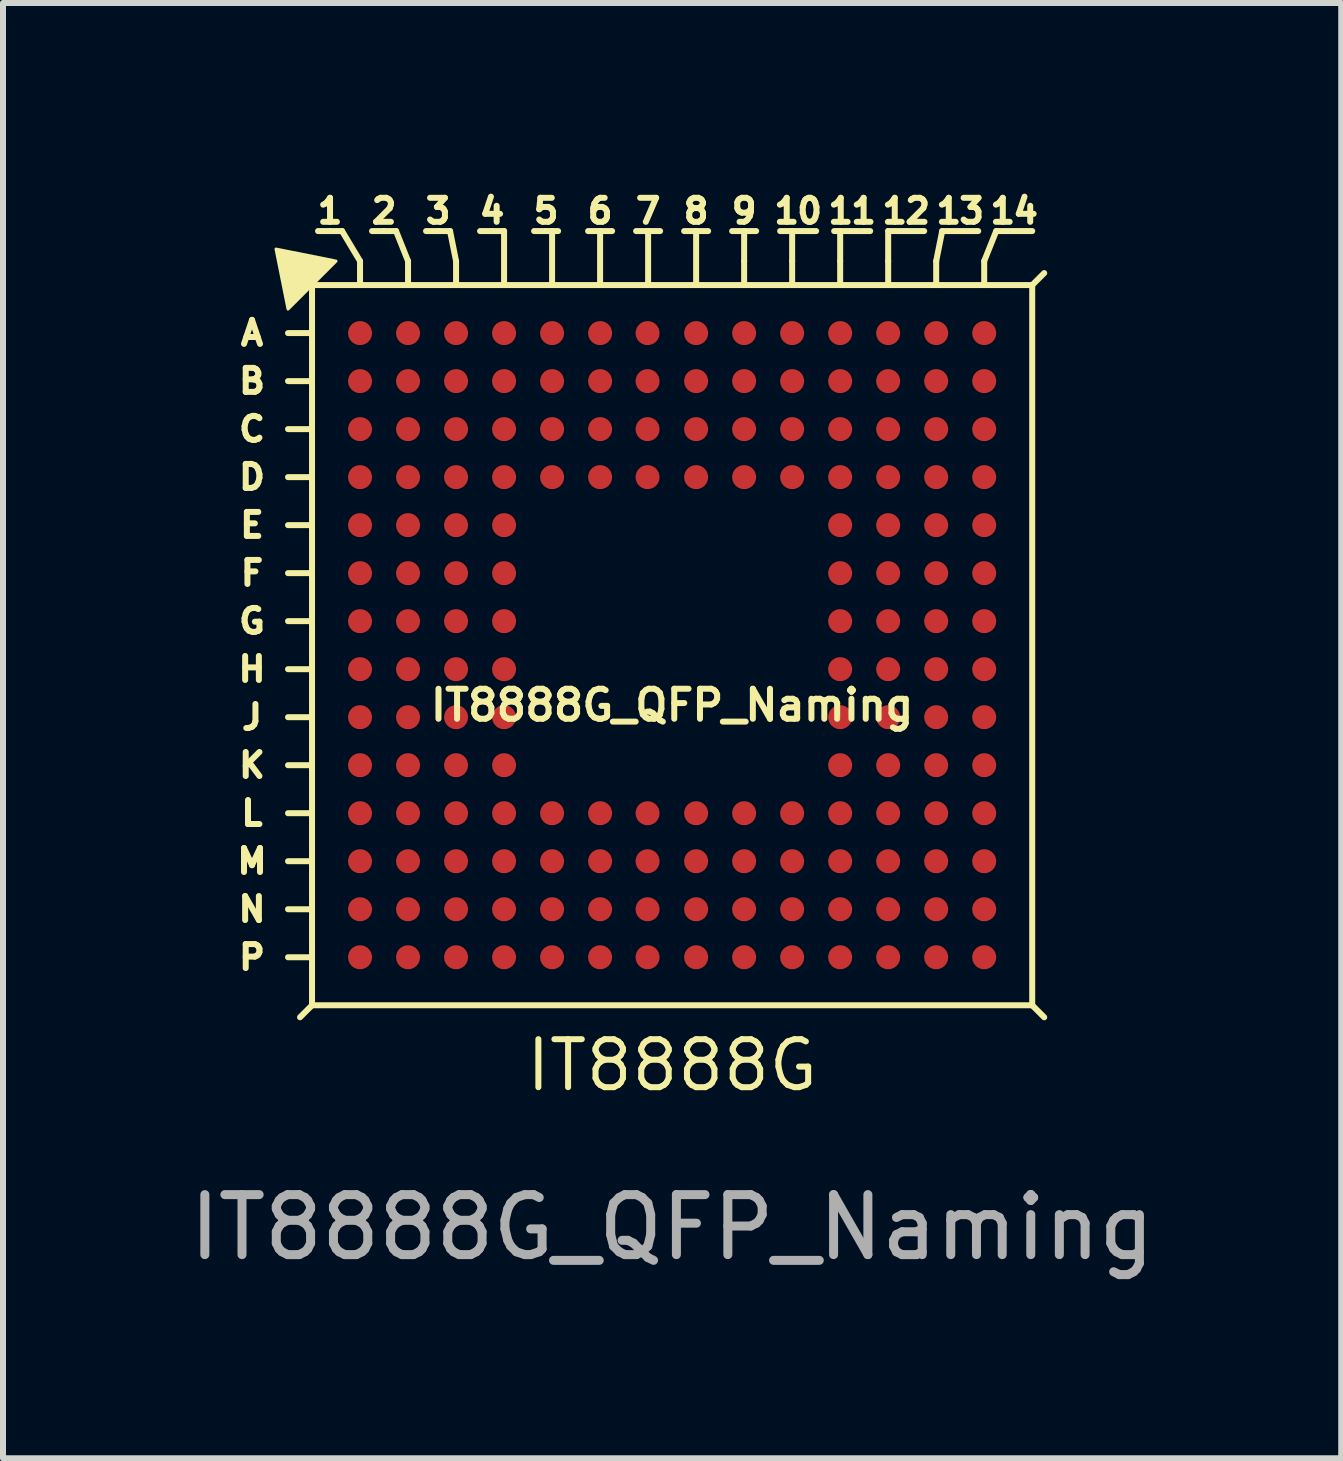
<source format=kicad_pcb>
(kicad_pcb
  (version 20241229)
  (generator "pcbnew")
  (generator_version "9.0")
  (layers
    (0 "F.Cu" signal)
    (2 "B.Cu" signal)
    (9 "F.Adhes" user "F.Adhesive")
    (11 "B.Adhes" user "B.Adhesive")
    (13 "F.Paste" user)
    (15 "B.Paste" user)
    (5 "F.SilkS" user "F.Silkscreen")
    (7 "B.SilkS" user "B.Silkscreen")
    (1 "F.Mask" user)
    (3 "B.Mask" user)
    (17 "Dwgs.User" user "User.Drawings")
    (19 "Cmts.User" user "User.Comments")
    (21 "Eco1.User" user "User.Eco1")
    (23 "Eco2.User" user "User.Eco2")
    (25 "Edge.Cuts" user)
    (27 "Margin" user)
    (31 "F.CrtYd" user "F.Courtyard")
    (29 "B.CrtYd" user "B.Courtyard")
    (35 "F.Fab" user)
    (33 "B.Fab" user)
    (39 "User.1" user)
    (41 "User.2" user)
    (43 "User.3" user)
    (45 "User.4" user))
  (footprint "IT8888G_QFP_Naming"
    (layer "F.Cu")
    (at 8.149 7.7)
    (property "Reference" "IT8888G_QFP_Naming" (at 0 1 0) (unlocked yes) (layer "F.SilkS") (effects (font (size 0.5 0.5) (thickness 0.1))))
    (attr smd)
    (fp_line (start -6.4 -5.2) (end -6 -5.2) (stroke (width 0.1) (type default)) (layer "F.SilkS"))
    (fp_line (start -6.4 -4.4) (end -6 -4.4) (stroke (width 0.1) (type default)) (layer "F.SilkS"))
    (fp_line (start -6.4 -3.6) (end -6 -3.6) (stroke (width 0.1) (type default)) (layer "F.SilkS"))
    (fp_line (start -6.4 -2.8) (end -6 -2.8) (stroke (width 0.1) (type default)) (layer "F.SilkS"))
    (fp_line (start -6.4 -2) (end -6 -2) (stroke (width 0.1) (type default)) (layer "F.SilkS"))
    (fp_line (start -6.4 -1.2) (end -6 -1.2) (stroke (width 0.1) (type default)) (layer "F.SilkS"))
    (fp_line (start -6.4 -0.4) (end -6 -0.4) (stroke (width 0.1) (type default)) (layer "F.SilkS"))
    (fp_line (start -6.4 0.4) (end -6 0.4) (stroke (width 0.1) (type default)) (layer "F.SilkS"))
    (fp_line (start -6.4 1.2) (end -6 1.2) (stroke (width 0.1) (type default)) (layer "F.SilkS"))
    (fp_line (start -6.4 2) (end -6 2) (stroke (width 0.1) (type default)) (layer "F.SilkS"))
    (fp_line (start -6.4 2.8) (end -6 2.8) (stroke (width 0.1) (type default)) (layer "F.SilkS"))
    (fp_line (start -6.4 3.6) (end -6 3.6) (stroke (width 0.1) (type default)) (layer "F.SilkS"))
    (fp_line (start -6.4 4.4) (end -6 4.4) (stroke (width 0.1) (type default)) (layer "F.SilkS"))
    (fp_line (start -6.4 5.2) (end -6 5.2) (stroke (width 0.1) (type default)) (layer "F.SilkS"))
    (fp_line (start -6 -6) (end -6 6) (stroke (width 0.1) (type default)) (layer "F.SilkS"))
    (fp_line (start -6 -6) (end 6 -6) (stroke (width 0.1) (type default)) (layer "F.SilkS"))
    (fp_line (start -6 6) (end -6.2 6.2) (stroke (width 0.1) (type default)) (layer "F.SilkS"))
    (fp_line (start -5.7 -6.9) (end -5.9 -6.9) (stroke (width 0.1) (type default)) (layer "F.SilkS"))
    (fp_line (start -5.7 -6.9) (end -5.5 -6.9) (stroke (width 0.1) (type default)) (layer "F.SilkS"))
    (fp_line (start -5.5 -6.9) (end -5.2 -6.4) (stroke (width 0.1) (type default)) (layer "F.SilkS"))
    (fp_line (start -5.2 -6.4) (end -5.2 -6) (stroke (width 0.1) (type default)) (layer "F.SilkS"))
    (fp_line (start -4.8 -6.9) (end -5 -6.9) (stroke (width 0.1) (type default)) (layer "F.SilkS"))
    (fp_line (start -4.8 -6.9) (end -4.6 -6.9) (stroke (width 0.1) (type default)) (layer "F.SilkS"))
    (fp_line (start -4.6 -6.9) (end -4.4 -6.4) (stroke (width 0.1) (type default)) (layer "F.SilkS"))
    (fp_line (start -4.4 -6.4) (end -4.4 -6) (stroke (width 0.1) (type default)) (layer "F.SilkS"))
    (fp_line (start -3.9 -6.9) (end -4.1 -6.9) (stroke (width 0.1) (type default)) (layer "F.SilkS"))
    (fp_line (start -3.9 -6.9) (end -3.7 -6.9) (stroke (width 0.1) (type default)) (layer "F.SilkS"))
    (fp_line (start -3.7 -6.9) (end -3.6 -6.4) (stroke (width 0.1) (type default)) (layer "F.SilkS"))
    (fp_line (start -3.6 -6.4) (end -3.6 -6) (stroke (width 0.1) (type default)) (layer "F.SilkS"))
    (fp_line (start -3 -6.9) (end -3.2 -6.9) (stroke (width 0.1) (type default)) (layer "F.SilkS"))
    (fp_line (start -3 -6.9) (end -2.8 -6.9) (stroke (width 0.1) (type default)) (layer "F.SilkS"))
    (fp_line (start -2.8 -6.9) (end -2.8 -6) (stroke (width 0.1) (type default)) (layer "F.SilkS"))
    (fp_line (start -2.1 -6.9) (end -2.3 -6.9) (stroke (width 0.1) (type default)) (layer "F.SilkS"))
    (fp_line (start -2.1 -6.9) (end -1.9 -6.9) (stroke (width 0.1) (type default)) (layer "F.SilkS"))
    (fp_line (start -2 -6.9) (end -2 -6) (stroke (width 0.1) (type default)) (layer "F.SilkS"))
    (fp_line (start -1.2 -6.9) (end -1.4 -6.9) (stroke (width 0.1) (type default)) (layer "F.SilkS"))
    (fp_line (start -1.2 -6.9) (end -1.2 -6) (stroke (width 0.1) (type default)) (layer "F.SilkS"))
    (fp_line (start -1.2 -6.9) (end -1 -6.9) (stroke (width 0.1) (type default)) (layer "F.SilkS"))
    (fp_line (start -0.4 -6.9) (end -0.6 -6.9) (stroke (width 0.1) (type default)) (layer "F.SilkS"))
    (fp_line (start -0.4 -6.9) (end -0.4 -6) (stroke (width 0.1) (type default)) (layer "F.SilkS"))
    (fp_line (start -0.4 -6.9) (end -0.2 -6.9) (stroke (width 0.1) (type default)) (layer "F.SilkS"))
    (fp_line (start 0.4 -6.9) (end 0.2 -6.9) (stroke (width 0.1) (type default)) (layer "F.SilkS"))
    (fp_line (start 0.4 -6.9) (end 0.4 -6) (stroke (width 0.1) (type default)) (layer "F.SilkS"))
    (fp_line (start 0.4 -6.9) (end 0.6 -6.9) (stroke (width 0.1) (type default)) (layer "F.SilkS"))
    (fp_line (start 1.2 -6.9) (end 1 -6.9) (stroke (width 0.1) (type default)) (layer "F.SilkS"))
    (fp_line (start 1.2 -6.9) (end 1.4 -6.9) (stroke (width 0.1) (type default)) (layer "F.SilkS"))
    (fp_line (start 1.2 -6.4) (end 1.2 -6.9) (stroke (width 0.1) (type default)) (layer "F.SilkS"))
    (fp_line (start 1.2 -6.4) (end 1.2 -6) (stroke (width 0.1) (type default)) (layer "F.SilkS"))
    (fp_line (start 2 -6.4) (end 2 -6.9) (stroke (width 0.1) (type default)) (layer "F.SilkS"))
    (fp_line (start 2 -6.4) (end 2 -6) (stroke (width 0.1) (type default)) (layer "F.SilkS"))
    (fp_line (start 2.4 -6.9) (end 1.8 -6.9) (stroke (width 0.1) (type default)) (layer "F.SilkS"))
    (fp_line (start 2.7 -6.9) (end 3.3 -6.9) (stroke (width 0.1) (type default)) (layer "F.SilkS"))
    (fp_line (start 2.8 -6.4) (end 2.8 -6.9) (stroke (width 0.1) (type default)) (layer "F.SilkS"))
    (fp_line (start 2.8 -6.4) (end 2.8 -6) (stroke (width 0.1) (type default)) (layer "F.SilkS"))
    (fp_line (start 3.6 -6.4) (end 3.6 -6.9) (stroke (width 0.1) (type default)) (layer "F.SilkS"))
    (fp_line (start 3.6 -6.4) (end 3.6 -6) (stroke (width 0.1) (type default)) (layer "F.SilkS"))
    (fp_line (start 4.2 -6.9) (end 3.6 -6.9) (stroke (width 0.1) (type default)) (layer "F.SilkS"))
    (fp_line (start 4.4 -6.4) (end 4.4 -6) (stroke (width 0.1) (type default)) (layer "F.SilkS"))
    (fp_line (start 4.4 -6.4) (end 4.5 -6.9) (stroke (width 0.1) (type default)) (layer "F.SilkS"))
    (fp_line (start 4.5 -6.9) (end 5.1 -6.9) (stroke (width 0.1) (type default)) (layer "F.SilkS"))
    (fp_line (start 5.2 -6.4) (end 5.2 -6) (stroke (width 0.1) (type default)) (layer "F.SilkS"))
    (fp_line (start 5.2 -6.4) (end 5.4 -6.9) (stroke (width 0.1) (type default)) (layer "F.SilkS"))
    (fp_line (start 5.4 -6.9) (end 6 -6.9) (stroke (width 0.1) (type default)) (layer "F.SilkS"))
    (fp_line (start 6 -6) (end 6 6) (stroke (width 0.1) (type default)) (layer "F.SilkS"))
    (fp_line (start 6 -6) (end 6.2 -6.2) (stroke (width 0.1) (type default)) (layer "F.SilkS"))
    (fp_line (start 6 6) (end -6 6) (stroke (width 0.1) (type default)) (layer "F.SilkS"))
    (fp_line (start 6 6) (end 6.2 6.2) (stroke (width 0.1) (type default)) (layer "F.SilkS"))
    (fp_poly (pts (xy -6.4 -5.6) (xy -5.6 -6.4) (xy -6.6 -6.6)) (stroke (width 0.05) (type solid)) (fill yes) (layer "F.SilkS"))
    (fp_text user "IT8888G" (at 0 7 0) (unlocked yes) (layer "F.SilkS") (effects (font (size 0.8 0.8) (thickness 0.1))))
    (fp_text user "N" (at -7 4.4 0) (unlocked yes) (layer "F.SilkS") (effects (font (size 0.4 0.4) (thickness 0.1))))
    (fp_text user "10" (at 2.1 -7 0) (unlocked yes) (layer "F.SilkS") (effects (font (size 0.4 0.4) (thickness 0.1) (bold yes)) (justify bottom)))
    (fp_text user "M" (at -7 3.6 0) (unlocked yes) (layer "F.SilkS") (effects (font (size 0.4 0.4) (thickness 0.1))))
    (fp_text user "12" (at 3.9 -7 0) (unlocked yes) (layer "F.SilkS") (effects (font (size 0.4 0.4) (thickness 0.1) (bold yes)) (justify bottom)))
    (fp_text user "11" (at 3 -7 0) (unlocked yes) (layer "F.SilkS") (effects (font (size 0.4 0.4) (thickness 0.1) (bold yes)) (justify bottom)))
    (fp_text user "L" (at -7 2.8 0) (unlocked yes) (layer "F.SilkS") (effects (font (size 0.4 0.4) (thickness 0.1))))
    (fp_text user "G" (at -7 -0.4 0) (unlocked yes) (layer "F.SilkS") (effects (font (size 0.4 0.4) (thickness 0.1))))
    (fp_text user "7" (at -0.4 -7 0) (unlocked yes) (layer "F.SilkS") (effects (font (size 0.4 0.4) (thickness 0.1)) (justify bottom)))
    (fp_text user "C" (at -7 -3.6 0) (unlocked yes) (layer "F.SilkS") (effects (font (size 0.4 0.4) (thickness 0.1))))
    (fp_text user "J" (at -7 1.2 0) (unlocked yes) (layer "F.SilkS") (effects (font (size 0.4 0.4) (thickness 0.1))))
    (fp_text user "4" (at -3 -7 0) (unlocked yes) (layer "F.SilkS") (effects (font (size 0.4 0.4) (thickness 0.1)) (justify bottom)))
    (fp_text user "A" (at -7 -5.2 0) (unlocked yes) (layer "F.SilkS") (effects (font (size 0.4 0.4) (thickness 0.1))))
    (fp_text user "F" (at -7 -1.2 0) (unlocked yes) (layer "F.SilkS") (effects (font (size 0.4 0.4) (thickness 0.1))))
    (fp_text user "H" (at -7 0.4 0) (unlocked yes) (layer "F.SilkS") (effects (font (size 0.4 0.4) (thickness 0.1))))
    (fp_text user "P" (at -7 5.2 0) (unlocked yes) (layer "F.SilkS") (effects (font (size 0.4 0.4) (thickness 0.1))))
    (fp_text user "6" (at -1.2 -7 0) (unlocked yes) (layer "F.SilkS") (effects (font (size 0.4 0.4) (thickness 0.1)) (justify bottom)))
    (fp_text user "9" (at 1.2 -7 0) (unlocked yes) (layer "F.SilkS") (effects (font (size 0.4 0.4) (thickness 0.1)) (justify bottom)))
    (fp_text user "3" (at -3.9 -7 0) (unlocked yes) (layer "F.SilkS") (effects (font (size 0.4 0.4) (thickness 0.1)) (justify bottom)))
    (fp_text user "8" (at 0.4 -7 0) (unlocked yes) (layer "F.SilkS") (effects (font (size 0.4 0.4) (thickness 0.1)) (justify bottom)))
    (fp_text user "K" (at -7 2 0) (unlocked yes) (layer "F.SilkS") (effects (font (size 0.4 0.4) (thickness 0.1))))
    (fp_text user "1" (at -5.7 -7 0) (unlocked yes) (layer "F.SilkS") (effects (font (size 0.4 0.4) (thickness 0.1)) (justify bottom)))
    (fp_text user "13" (at 4.8 -7 0) (unlocked yes) (layer "F.SilkS") (effects (font (size 0.4 0.4) (thickness 0.1) (bold yes)) (justify bottom)))
    (fp_text user "D" (at -7 -2.8 0) (unlocked yes) (layer "F.SilkS") (effects (font (size 0.4 0.4) (thickness 0.1))))
    (fp_text user "5" (at -2.1 -7 0) (unlocked yes) (layer "F.SilkS") (effects (font (size 0.4 0.4) (thickness 0.1)) (justify bottom)))
    (fp_text user "14" (at 5.7 -7 0) (unlocked yes) (layer "F.SilkS") (effects (font (size 0.4 0.4) (thickness 0.1) (bold yes)) (justify bottom)))
    (fp_text user "2" (at -4.8 -7 0) (unlocked yes) (layer "F.SilkS") (effects (font (size 0.4 0.4) (thickness 0.1)) (justify bottom)))
    (fp_text user "B" (at -7 -4.4 0) (unlocked yes) (layer "F.SilkS") (effects (font (size 0.4 0.4) (thickness 0.1))))
    (fp_text user "E" (at -7 -2 0) (unlocked yes) (layer "F.SilkS") (effects (font (size 0.4 0.4) (thickness 0.1))))
    (fp_text user "${REFERENCE}" (at 0 9.7 0) (unlocked yes) (layer "F.Fab") (effects (font (size 1 1) (thickness 0.15))))
    (pad "1" smd circle (at -0.409 -2.8) (size 0.4 0.4) (layers "F.Cu" "F.Mask" "F.Paste"))
    (pad "2" smd circle (at -4.4 -4.4) (size 0.4 0.4) (layers "F.Cu" "F.Mask" "F.Paste"))
    (pad "3" smd circle (at -4.4 -3.6) (size 0.4 0.4) (layers "F.Cu" "F.Mask" "F.Paste"))
    (pad "4" smd circle (at -5.2 -4.4) (size 0.4 0.4) (layers "F.Cu" "F.Mask" "F.Paste"))
    (pad "5" smd circle (at -2.8 -2) (size 0.4 0.4) (layers "F.Cu" "F.Mask" "F.Paste"))
    (pad "6" smd circle (at -3.6 -2.8) (size 0.4 0.4) (layers "F.Cu" "F.Mask" "F.Paste"))
    (pad "7" smd circle (at -4.4 -2.8) (size 0.4 0.4) (layers "F.Cu" "F.Mask" "F.Paste"))
    (pad "8" smd circle (at -5.2 -3.6) (size 0.4 0.4) (layers "F.Cu" "F.Mask" "F.Paste"))
    (pad "9" smd circle (at -5.2 -2.8) (size 0.4 0.4) (layers "F.Cu" "F.Mask" "F.Paste"))
    (pad "10" smd circle (at -3.6 -2) (size 0.4 0.4) (layers "F.Cu" "F.Mask" "F.Paste"))
    (pad "11" smd circle (at -4.4 -2) (size 0.4 0.4) (layers "F.Cu" "F.Mask" "F.Paste"))
    (pad "12" smd circle (at -5.2 -2) (size 0.4 0.4) (layers "F.Cu" "F.Mask" "F.Paste"))
    (pad "13" smd circle (at -3.6 -1.2) (size 0.4 0.4) (layers "F.Cu" "F.Mask" "F.Paste"))
    (pad "14" smd circle (at -4.4 -1.2) (size 0.4 0.4) (layers "F.Cu" "F.Mask" "F.Paste"))
    (pad "15" smd circle (at -5.2 -1.2) (size 0.4 0.4) (layers "F.Cu" "F.Mask" "F.Paste"))
    (pad "16" smd circle (at -3.6 -0.4) (size 0.4 0.4) (layers "F.Cu" "F.Mask" "F.Paste"))
    (pad "17" smd circle (at -4.4 -0.4) (size 0.4 0.4) (layers "F.Cu" "F.Mask" "F.Paste"))
    (pad "18" smd circle (at -2 -2.8) (size 0.4 0.4) (layers "F.Cu" "F.Mask" "F.Paste"))
    (pad "19" smd circle (at -5.2 -0.4) (size 0.4 0.4) (layers "F.Cu" "F.Mask" "F.Paste"))
    (pad "20" smd circle (at -5.2 0.4) (size 0.4 0.4) (layers "F.Cu" "F.Mask" "F.Paste"))
    (pad "21" smd circle (at -4.4 0.4) (size 0.4 0.4) (layers "F.Cu" "F.Mask" "F.Paste"))
    (pad "22" smd circle (at 0.4 -2.8) (size 0.4 0.4) (layers "F.Cu" "F.Mask" "F.Paste"))
    (pad "23" smd circle (at -3.6 0.4) (size 0.4 0.4) (layers "F.Cu" "F.Mask" "F.Paste"))
    (pad "24" smd circle (at -5.2 1.2) (size 0.4 0.4) (layers "F.Cu" "F.Mask" "F.Paste"))
    (pad "25" smd circle (at -4.4 1.2) (size 0.4 0.4) (layers "F.Cu" "F.Mask" "F.Paste"))
    (pad "26" smd circle (at -3.6 1.2) (size 0.4 0.4) (layers "F.Cu" "F.Mask" "F.Paste"))
    (pad "27" smd circle (at -5.2 2) (size 0.4 0.4) (layers "F.Cu" "F.Mask" "F.Paste"))
    (pad "28" smd circle (at -2.8 -2.8) (size 0.4 0.4) (layers "F.Cu" "F.Mask" "F.Paste"))
    (pad "29" smd circle (at -4.4 2) (size 0.4 0.4) (layers "F.Cu" "F.Mask" "F.Paste"))
    (pad "30" smd circle (at -3.6 2) (size 0.4 0.4) (layers "F.Cu" "F.Mask" "F.Paste"))
    (pad "31" smd circle (at -5.2 2.8) (size 0.4 0.4) (layers "F.Cu" "F.Mask" "F.Paste"))
    (pad "32" smd circle (at -5.2 3.6) (size 0.4 0.4) (layers "F.Cu" "F.Mask" "F.Paste"))
    (pad "33" smd circle (at -4.4 2.8) (size 0.4 0.4) (layers "F.Cu" "F.Mask" "F.Paste"))
    (pad "34" smd circle (at -2.8 2) (size 0.4 0.4) (layers "F.Cu" "F.Mask" "F.Paste"))
    (pad "35" smd circle (at -5.2 4.4) (size 0.4 0.4) (layers "F.Cu" "F.Mask" "F.Paste"))
    (pad "36" smd circle (at -4.4 3.6) (size 0.4 0.4) (layers "F.Cu" "F.Mask" "F.Paste"))
    (pad "37" smd circle (at -3.6 2.8) (size 0.4 0.4) (layers "F.Cu" "F.Mask" "F.Paste"))
    (pad "38" smd circle (at -2.8 2.8) (size 0.4 0.4) (layers "F.Cu" "F.Mask" "F.Paste"))
    (pad "39" smd circle (at -3.6 3.6) (size 0.4 0.4) (layers "F.Cu" "F.Mask" "F.Paste"))
    (pad "40" smd circle (at -1.2 -2.8) (size 0.4 0.4) (layers "F.Cu" "F.Mask" "F.Paste"))
    (pad "41" smd circle (at 1.2 -2.8) (size 0.4 0.4) (layers "F.Cu" "F.Mask" "F.Paste"))
    (pad "42" smd circle (at -4.4 4.4) (size 0.4 0.4) (layers "F.Cu" "F.Mask" "F.Paste"))
    (pad "43" smd circle (at -4.4 5.2) (size 0.4 0.4) (layers "F.Cu" "F.Mask" "F.Paste"))
    (pad "44" smd circle (at -5.2 5.2) (size 0.4 0.4) (layers "F.Cu" "F.Mask" "F.Paste"))
    (pad "45" smd circle (at -2.8 3.6) (size 0.4 0.4) (layers "F.Cu" "F.Mask" "F.Paste"))
    (pad "46" smd circle (at -3.6 4.4) (size 0.4 0.4) (layers "F.Cu" "F.Mask" "F.Paste"))
    (pad "47" smd circle (at -2.8 4.4) (size 0.4 0.4) (layers "F.Cu" "F.Mask" "F.Paste"))
    (pad "48" smd circle (at -3.6 5.2) (size 0.4 0.4) (layers "F.Cu" "F.Mask" "F.Paste"))
    (pad "49" smd circle (at -2.8 5.2) (size 0.4 0.4) (layers "F.Cu" "F.Mask" "F.Paste"))
    (pad "50" smd circle (at -2 3.6) (size 0.4 0.4) (layers "F.Cu" "F.Mask" "F.Paste"))
    (pad "51" smd circle (at -2 4.4) (size 0.4 0.4) (layers "F.Cu" "F.Mask" "F.Paste"))
    (pad "52" smd circle (at 2.8 -0.4) (size 0.4 0.4) (layers "F.Cu" "F.Mask" "F.Paste"))
    (pad "53" smd circle (at -2 5.2) (size 0.4 0.4) (layers "F.Cu" "F.Mask" "F.Paste"))
    (pad "54" smd circle (at -1.2 3.6) (size 0.4 0.4) (layers "F.Cu" "F.Mask" "F.Paste"))
    (pad "55" smd circle (at -1.2 4.4) (size 0.4 0.4) (layers "F.Cu" "F.Mask" "F.Paste"))
    (pad "56" smd circle (at -1.2 5.2) (size 0.4 0.4) (layers "F.Cu" "F.Mask" "F.Paste"))
    (pad "57" smd circle (at -0.409 3.6) (size 0.4 0.4) (layers "F.Cu" "F.Mask" "F.Paste"))
    (pad "58" smd circle (at -0.409 5.2) (size 0.4 0.4) (layers "F.Cu" "F.Mask" "F.Paste"))
    (pad "59" smd circle (at -0.409 4.4) (size 0.4 0.4) (layers "F.Cu" "F.Mask" "F.Paste"))
    (pad "60" smd circle (at 0.4 5.2) (size 0.4 0.4) (layers "F.Cu" "F.Mask" "F.Paste"))
    (pad "61" smd circle (at 0.4 4.4) (size 0.4 0.4) (layers "F.Cu" "F.Mask" "F.Paste"))
    (pad "62" smd circle (at 0.4 3.6) (size 0.4 0.4) (layers "F.Cu" "F.Mask" "F.Paste"))
    (pad "63" smd circle (at 1.2 5.2) (size 0.4 0.4) (layers "F.Cu" "F.Mask" "F.Paste"))
    (pad "64" smd circle (at 1.2 4.4) (size 0.4 0.4) (layers "F.Cu" "F.Mask" "F.Paste"))
    (pad "65" smd circle (at 2 5.2) (size 0.4 0.4) (layers "F.Cu" "F.Mask" "F.Paste"))
    (pad "66" smd circle (at 2 4.4) (size 0.4 0.4) (layers "F.Cu" "F.Mask" "F.Paste"))
    (pad "67" smd circle (at 1.2 3.6) (size 0.4 0.4) (layers "F.Cu" "F.Mask" "F.Paste"))
    (pad "68" smd circle (at 2.8 5.2) (size 0.4 0.4) (layers "F.Cu" "F.Mask" "F.Paste"))
    (pad "69" smd circle (at -2.8 0.4) (size 0.4 0.4) (layers "F.Cu" "F.Mask" "F.Paste"))
    (pad "70" smd circle (at 2 3.6) (size 0.4 0.4) (layers "F.Cu" "F.Mask" "F.Paste"))
    (pad "71" smd circle (at 3.6 5.2) (size 0.4 0.4) (layers "F.Cu" "F.Mask" "F.Paste"))
    (pad "72" smd circle (at 2.8 4.4) (size 0.4 0.4) (layers "F.Cu" "F.Mask" "F.Paste"))
    (pad "73" smd circle (at 3.6 4.4) (size 0.4 0.4) (layers "F.Cu" "F.Mask" "F.Paste"))
    (pad "74" smd circle (at 4.4 5.2) (size 0.4 0.4) (layers "F.Cu" "F.Mask" "F.Paste"))
    (pad "75" smd circle (at 4.4 4.4) (size 0.4 0.4) (layers "F.Cu" "F.Mask" "F.Paste"))
    (pad "76" smd circle (at 2.8 3.6) (size 0.4 0.4) (layers "F.Cu" "F.Mask" "F.Paste"))
    (pad "77" smd circle (at 2.8 2.8) (size 0.4 0.4) (layers "F.Cu" "F.Mask" "F.Paste"))
    (pad "78" smd circle (at 3.6 3.6) (size 0.4 0.4) (layers "F.Cu" "F.Mask" "F.Paste"))
    (pad "79" smd circle (at 4.4 3.6) (size 0.4 0.4) (layers "F.Cu" "F.Mask" "F.Paste"))
    (pad "80" smd circle (at -2.8 1.2) (size 0.4 0.4) (layers "F.Cu" "F.Mask" "F.Paste"))
    (pad "81" smd circle (at 2 -2.8) (size 0.4 0.4) (layers "F.Cu" "F.Mask" "F.Paste"))
    (pad "82" smd circle (at 5.2 4.4) (size 0.4 0.4) (layers "F.Cu" "F.Mask" "F.Paste"))
    (pad "83" smd circle (at 5.2 5.2) (size 0.4 0.4) (layers "F.Cu" "F.Mask" "F.Paste"))
    (pad "84" smd circle (at 2.8 2) (size 0.4 0.4) (layers "F.Cu" "F.Mask" "F.Paste"))
    (pad "85" smd circle (at 3.6 2.8) (size 0.4 0.4) (layers "F.Cu" "F.Mask" "F.Paste"))
    (pad "86" smd circle (at 4.4 2.8) (size 0.4 0.4) (layers "F.Cu" "F.Mask" "F.Paste"))
    (pad "87" smd circle (at 5.2 3.6) (size 0.4 0.4) (layers "F.Cu" "F.Mask" "F.Paste"))
    (pad "88" smd circle (at 5.2 2.8) (size 0.4 0.4) (layers "F.Cu" "F.Mask" "F.Paste"))
    (pad "89" smd circle (at 3.6 2) (size 0.4 0.4) (layers "F.Cu" "F.Mask" "F.Paste"))
    (pad "90" smd circle (at 4.4 2) (size 0.4 0.4) (layers "F.Cu" "F.Mask" "F.Paste"))
    (pad "91" smd circle (at 2.8 0.4) (size 0.4 0.4) (layers "F.Cu" "F.Mask" "F.Paste"))
    (pad "92" smd circle (at 5.2 2) (size 0.4 0.4) (layers "F.Cu" "F.Mask" "F.Paste"))
    (pad "93" smd circle (at 2.8 1.2) (size 0.4 0.4) (layers "F.Cu" "F.Mask" "F.Paste"))
    (pad "94" smd circle (at 3.6 1.2) (size 0.4 0.4) (layers "F.Cu" "F.Mask" "F.Paste"))
    (pad "95" smd circle (at 4.4 1.2) (size 0.4 0.4) (layers "F.Cu" "F.Mask" "F.Paste"))
    (pad "96" smd circle (at 5.2 1.2) (size 0.4 0.4) (layers "F.Cu" "F.Mask" "F.Paste"))
    (pad "97" smd circle (at 3.6 0.4) (size 0.4 0.4) (layers "F.Cu" "F.Mask" "F.Paste"))
    (pad "98" smd circle (at 4.4 0.4) (size 0.4 0.4) (layers "F.Cu" "F.Mask" "F.Paste"))
    (pad "99" smd circle (at 5.2 0.4) (size 0.4 0.4) (layers "F.Cu" "F.Mask" "F.Paste"))
    (pad "100" smd circle (at 5.2 -0.4) (size 0.4 0.4) (layers "F.Cu" "F.Mask" "F.Paste"))
    (pad "101" smd circle (at -0.409 2.8) (size 0.4 0.4) (layers "F.Cu" "F.Mask" "F.Paste"))
    (pad "102" smd circle (at 4.4 -0.4) (size 0.4 0.4) (layers "F.Cu" "F.Mask" "F.Paste"))
    (pad "103" smd circle (at 3.6 -0.4) (size 0.4 0.4) (layers "F.Cu" "F.Mask" "F.Paste"))
    (pad "104" smd circle (at 5.2 -1.2) (size 0.4 0.4) (layers "F.Cu" "F.Mask" "F.Paste"))
    (pad "105" smd circle (at 4.4 -1.2) (size 0.4 0.4) (layers "F.Cu" "F.Mask" "F.Paste"))
    (pad "106" smd circle (at 3.6 -1.2) (size 0.4 0.4) (layers "F.Cu" "F.Mask" "F.Paste"))
    (pad "107" smd circle (at 5.2 -2) (size 0.4 0.4) (layers "F.Cu" "F.Mask" "F.Paste"))
    (pad "108" smd circle (at 4.4 -2) (size 0.4 0.4) (layers "F.Cu" "F.Mask" "F.Paste"))
    (pad "109" smd circle (at 5.2 -2.8) (size 0.4 0.4) (layers "F.Cu" "F.Mask" "F.Paste"))
    (pad "110" smd circle (at 2.8 -1.2) (size 0.4 0.4) (layers "F.Cu" "F.Mask" "F.Paste"))
    (pad "111" smd circle (at 4.4 -2.8) (size 0.4 0.4) (layers "F.Cu" "F.Mask" "F.Paste"))
    (pad "112" smd circle (at 3.6 -2) (size 0.4 0.4) (layers "F.Cu" "F.Mask" "F.Paste"))
    (pad "113" smd circle (at 5.2 -4.4) (size 0.4 0.4) (layers "F.Cu" "F.Mask" "F.Paste"))
    (pad "114" smd circle (at 5.2 -3.6) (size 0.4 0.4) (layers "F.Cu" "F.Mask" "F.Paste"))
    (pad "115" smd circle (at 2.8 -2) (size 0.4 0.4) (layers "F.Cu" "F.Mask" "F.Paste"))
    (pad "116" smd circle (at 3.6 -2.8) (size 0.4 0.4) (layers "F.Cu" "F.Mask" "F.Paste"))
    (pad "117" smd circle (at 4.4 -4.4) (size 0.4 0.4) (layers "F.Cu" "F.Mask" "F.Paste"))
    (pad "118" smd circle (at 4.4 -3.6) (size 0.4 0.4) (layers "F.Cu" "F.Mask" "F.Paste"))
    (pad "119" smd circle (at 2.8 -2.8) (size 0.4 0.4) (layers "F.Cu" "F.Mask" "F.Paste"))
    (pad "120" smd circle (at 0.4 2.8) (size 0.4 0.4) (layers "F.Cu" "F.Mask" "F.Paste"))
    (pad "121" smd circle (at -2 2.8) (size 0.4 0.4) (layers "F.Cu" "F.Mask" "F.Paste"))
    (pad "121" smd circle (at -1.2 2.8) (size 0.4 0.4) (layers "F.Cu" "F.Mask" "F.Paste"))
    (pad "122" smd circle (at 5.2 -5.2) (size 0.4 0.4) (layers "F.Cu" "F.Mask" "F.Paste"))
    (pad "123" smd circle (at 3.6 -3.6) (size 0.4 0.4) (layers "F.Cu" "F.Mask" "F.Paste"))
    (pad "124" smd circle (at 3.6 -4.4) (size 0.4 0.4) (layers "F.Cu" "F.Mask" "F.Paste"))
    (pad "125" smd circle (at 4.4 -5.2) (size 0.4 0.4) (layers "F.Cu" "F.Mask" "F.Paste"))
    (pad "126" smd circle (at 3.6 -5.2) (size 0.4 0.4) (layers "F.Cu" "F.Mask" "F.Paste"))
    (pad "127" smd circle (at 2.8 -3.6) (size 0.4 0.4) (layers "F.Cu" "F.Mask" "F.Paste"))
    (pad "128" smd circle (at 2 -3.6) (size 0.4 0.4) (layers "F.Cu" "F.Mask" "F.Paste"))
    (pad "129" smd circle (at 2.8 -4.4) (size 0.4 0.4) (layers "F.Cu" "F.Mask" "F.Paste"))
    (pad "130" smd circle (at -2.8 -1.2) (size 0.4 0.4) (layers "F.Cu" "F.Mask" "F.Paste"))
    (pad "131" smd circle (at 2.8 -5.2) (size 0.4 0.4) (layers "F.Cu" "F.Mask" "F.Paste"))
    (pad "132" smd circle (at 2 -4.4) (size 0.4 0.4) (layers "F.Cu" "F.Mask" "F.Paste"))
    (pad "133" smd circle (at 2 -5.2) (size 0.4 0.4) (layers "F.Cu" "F.Mask" "F.Paste"))
    (pad "134" smd circle (at 1.2 -3.6) (size 0.4 0.4) (layers "F.Cu" "F.Mask" "F.Paste"))
    (pad "135" smd circle (at 1.2 -4.4) (size 0.4 0.4) (layers "F.Cu" "F.Mask" "F.Paste"))
    (pad "136" smd circle (at 1.2 2.8) (size 0.4 0.4) (layers "F.Cu" "F.Mask" "F.Paste"))
    (pad "137" smd circle (at 1.2 -5.2) (size 0.4 0.4) (layers "F.Cu" "F.Mask" "F.Paste"))
    (pad "138" smd circle (at 0.4 -4.4) (size 0.4 0.4) (layers "F.Cu" "F.Mask" "F.Paste"))
    (pad "139" smd circle (at 0.4 -3.6) (size 0.4 0.4) (layers "F.Cu" "F.Mask" "F.Paste"))
    (pad "140" smd circle (at 0.4 -5.2) (size 0.4 0.4) (layers "F.Cu" "F.Mask" "F.Paste"))
    (pad "141" smd circle (at -0.409 -5.2) (size 0.4 0.4) (layers "F.Cu" "F.Mask" "F.Paste"))
    (pad "142" smd circle (at -0.409 -4.4) (size 0.4 0.4) (layers "F.Cu" "F.Mask" "F.Paste"))
    (pad "143" smd circle (at -0.409 -3.6) (size 0.4 0.4) (layers "F.Cu" "F.Mask" "F.Paste"))
    (pad "144" smd circle (at -1.2 -5.2) (size 0.4 0.4) (layers "F.Cu" "F.Mask" "F.Paste"))
    (pad "145" smd circle (at -1.2 -4.4) (size 0.4 0.4) (layers "F.Cu" "F.Mask" "F.Paste"))
    (pad "146" smd circle (at -2.8 -0.4) (size 0.4 0.4) (layers "F.Cu" "F.Mask" "F.Paste"))
    (pad "147" smd circle (at -1.2 -3.6) (size 0.4 0.4) (layers "F.Cu" "F.Mask" "F.Paste"))
    (pad "148" smd circle (at 2 2.8) (size 0.4 0.4) (layers "F.Cu" "F.Mask" "F.Paste"))
    (pad "149" smd circle (at -2 -5.2) (size 0.4 0.4) (layers "F.Cu" "F.Mask" "F.Paste"))
    (pad "150" smd circle (at -2.8 -5.2) (size 0.4 0.4) (layers "F.Cu" "F.Mask" "F.Paste"))
    (pad "151" smd circle (at -2 -4.4) (size 0.4 0.4) (layers "F.Cu" "F.Mask" "F.Paste"))
    (pad "152" smd circle (at -2.8 -4.4) (size 0.4 0.4) (layers "F.Cu" "F.Mask" "F.Paste"))
    (pad "153" smd circle (at -2 -3.6) (size 0.4 0.4) (layers "F.Cu" "F.Mask" "F.Paste"))
    (pad "154" smd circle (at -2.8 -3.6) (size 0.4 0.4) (layers "F.Cu" "F.Mask" "F.Paste"))
    (pad "155" smd circle (at -3.6 -5.2) (size 0.4 0.4) (layers "F.Cu" "F.Mask" "F.Paste"))
    (pad "156" smd circle (at -4.4 -5.2) (size 0.4 0.4) (layers "F.Cu" "F.Mask" "F.Paste"))
    (pad "157" smd circle (at -3.6 -4.4) (size 0.4 0.4) (layers "F.Cu" "F.Mask" "F.Paste"))
    (pad "158" smd circle (at -3.6 -3.6) (size 0.4 0.4) (layers "F.Cu" "F.Mask" "F.Paste"))
    (pad "159" smd circle (at -5.2 -5.2) (size 0.4 0.4) (layers "F.Cu" "F.Mask" "F.Paste")))
  (gr_rect
    (start -3 -3)
    (end 19.298 21.248)
    (stroke (width 0.1) (type default))
    (fill no)
    (layer "Edge.Cuts")))
</source>
